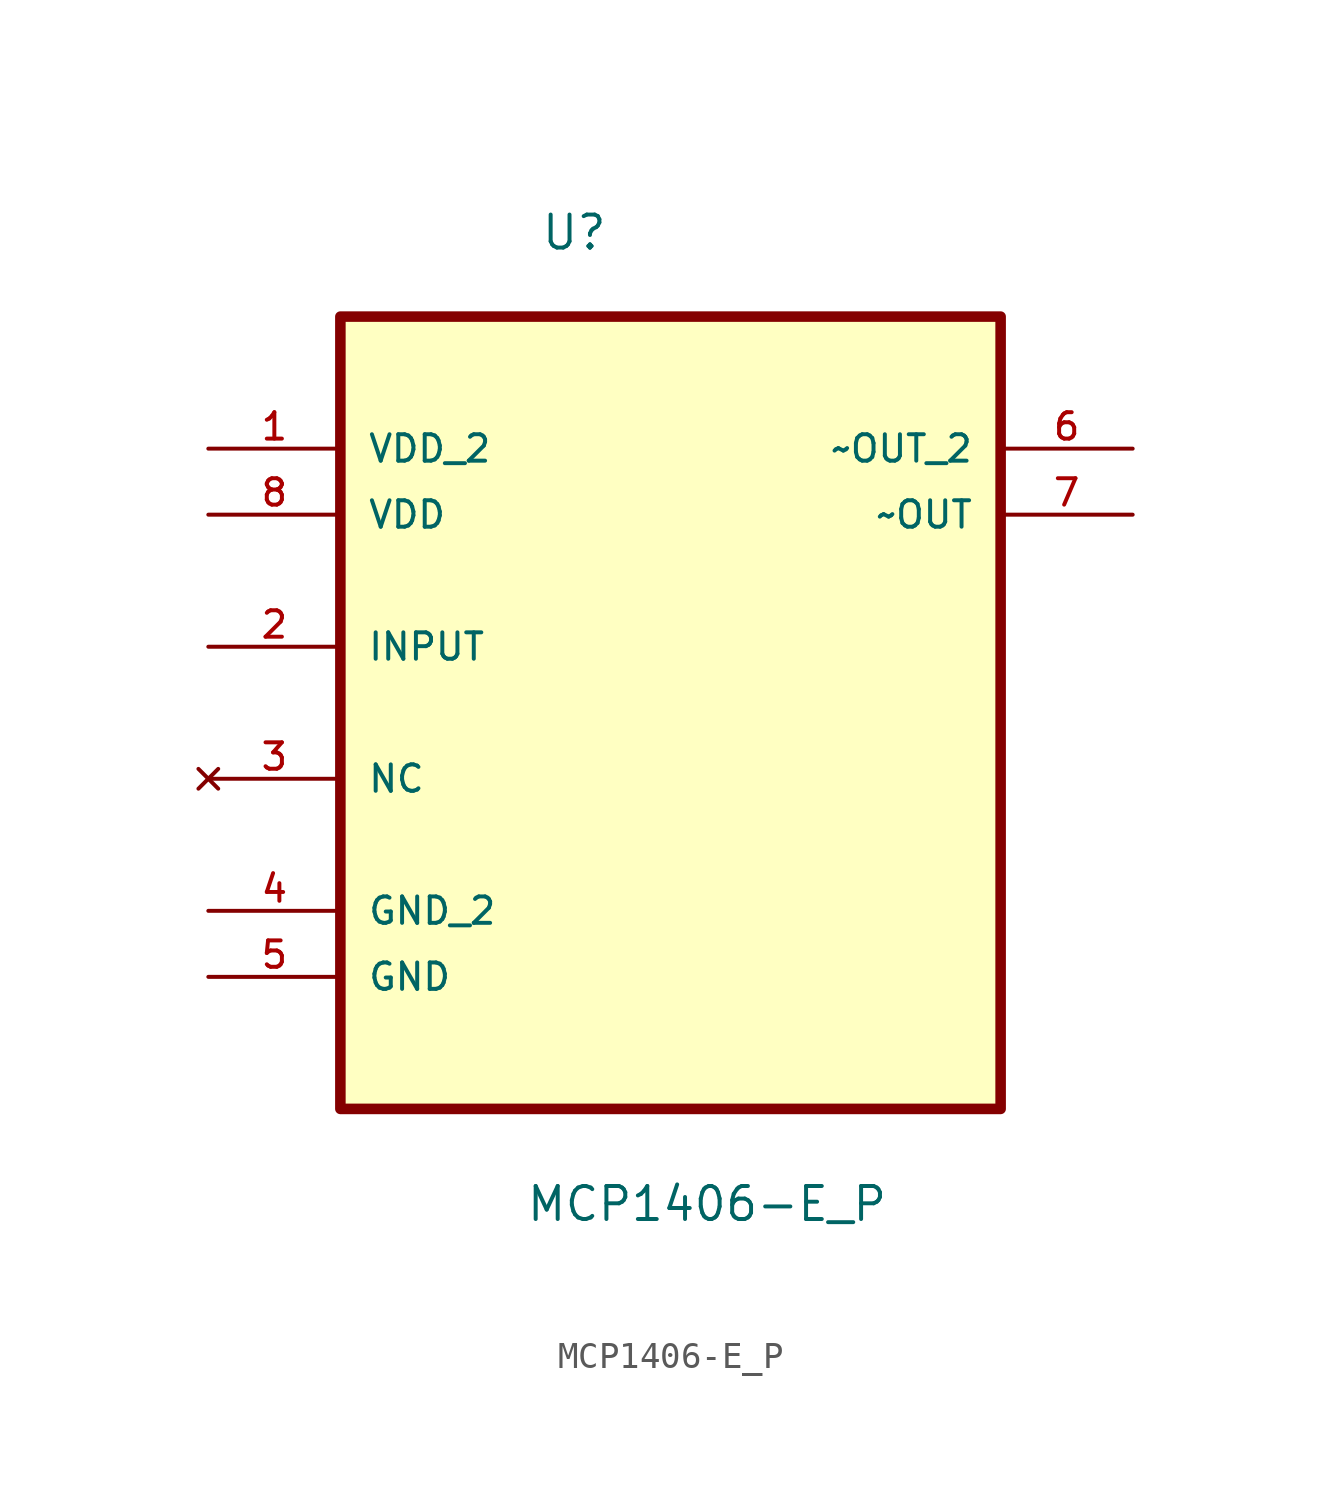
<source format=kicad_sym>
(kicad_symbol_lib
  (version 20231120)
  (generator "kicad_symbol_editor")
  (generator_version "8.0")
  (symbol "MCP1406-E_P"
    (pin_names
      (offset 1.016))
    (property "Reference" "U"
      (at -5.013 15.192 0)
      (effects (font (size 1.27 1.27)) (justify left bottom)))
    (property "Value" "MCP1406-E_P"
      (at -5.589 -22.179 0)
      (effects (font (size 1.27 1.27)) (justify left bottom)))
    (symbol "MCP1406-E_P_0_0"
      (rectangle (start -12.7 -17.78) (end 12.7 12.7) (stroke (width 0.406) (type default)) (fill (type background)))
      (pin power_in line (at -17.78 7.62 0) (length 5.08) (name "VDD_2" (effects (font (size 1.016 1.016)))) (number "1" (effects (font (size 1.016 1.016)))))
      (pin input line (at -17.78 0 0) (length 5.08) (name "INPUT" (effects (font (size 1.016 1.016)))) (number "2" (effects (font (size 1.016 1.016)))))
      (pin no_connect line (at -17.78 -5.08 0) (length 5.08) (name "NC" (effects (font (size 1.016 1.016)))) (number "3" (effects (font (size 1.016 1.016)))))
      (pin passive line (at -17.78 -10.16 0) (length 5.08) (name "GND_2" (effects (font (size 1.016 1.016)))) (number "4" (effects (font (size 1.016 1.016)))))
      (pin passive line (at -17.78 -12.7 0) (length 5.08) (name "GND" (effects (font (size 1.016 1.016)))) (number "5" (effects (font (size 1.016 1.016)))))
      (pin output line (at 17.78 7.62 180) (length 5.08) (name "~OUT_2" (effects (font (size 1.016 1.016)))) (number "6" (effects (font (size 1.016 1.016)))))
      (pin output line (at 17.78 5.08 180) (length 5.08) (name "~OUT" (effects (font (size 1.016 1.016)))) (number "7" (effects (font (size 1.016 1.016)))))
      (pin power_in line (at -17.78 5.08 0) (length 5.08) (name "VDD" (effects (font (size 1.016 1.016)))) (number "8" (effects (font (size 1.016 1.016))))))))
</source>
